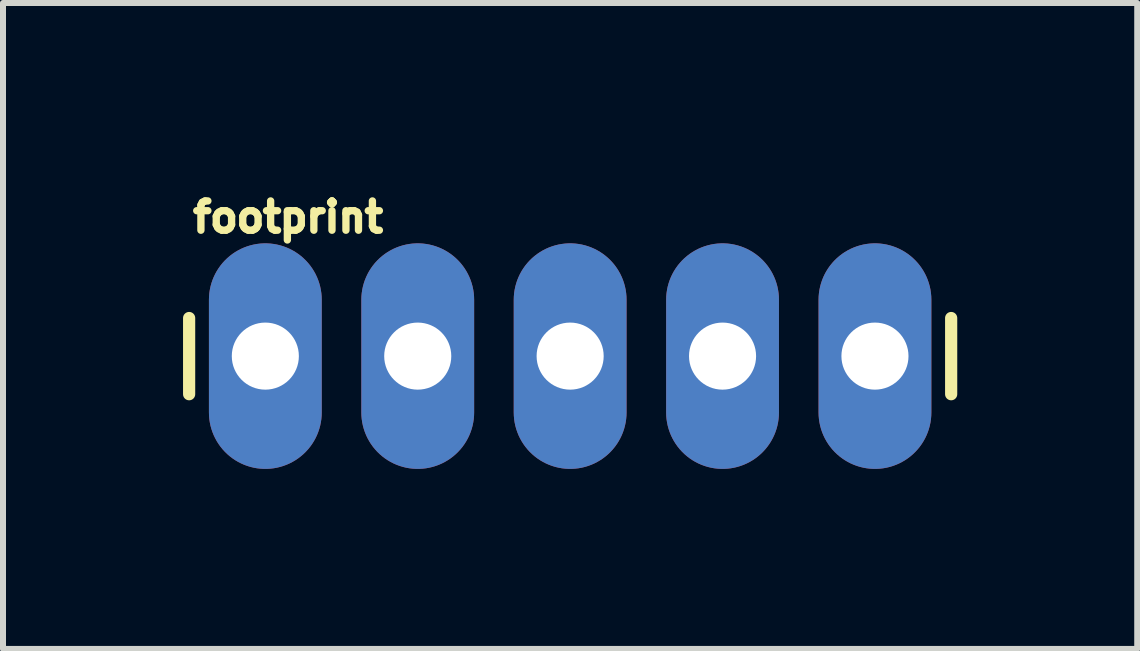
<source format=kicad_pcb>
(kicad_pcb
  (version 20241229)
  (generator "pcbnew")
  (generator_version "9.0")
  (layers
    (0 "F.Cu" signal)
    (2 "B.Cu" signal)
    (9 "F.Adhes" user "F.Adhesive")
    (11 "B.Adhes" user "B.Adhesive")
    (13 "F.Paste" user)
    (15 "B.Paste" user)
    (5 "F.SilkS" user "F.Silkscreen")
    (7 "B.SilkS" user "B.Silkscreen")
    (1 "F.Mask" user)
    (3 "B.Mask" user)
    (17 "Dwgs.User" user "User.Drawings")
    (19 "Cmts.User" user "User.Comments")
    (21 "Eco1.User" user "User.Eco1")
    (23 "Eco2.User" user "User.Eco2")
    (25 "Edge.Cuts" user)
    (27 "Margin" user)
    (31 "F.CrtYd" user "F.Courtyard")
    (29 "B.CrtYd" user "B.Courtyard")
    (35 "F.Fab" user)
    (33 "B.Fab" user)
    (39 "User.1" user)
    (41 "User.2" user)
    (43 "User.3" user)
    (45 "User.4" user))
  (footprint "footprint"
    (layer "F.Cu")
    (at 1.372 2.885)
    (property "Reference" "footprint" (at -1.27 -2.032 0) (layer "F.SilkS") (effects (font (size 0.488 0.488) (thickness 0.122)) (justify left bottom)))
    (fp_line (start -1.27 -0.635) (end -1.27 0.635) (stroke (width 0.203) (type solid)) (layer "F.SilkS"))
    (fp_line (start 11.43 -0.635) (end 11.43 0.635) (stroke (width 0.203) (type solid)) (layer "F.SilkS"))
    (fp_poly (pts (xy -0.254 0.254) (xy 0.254 0.254) (xy 0.254 -0.254) (xy -0.254 -0.254)) (stroke (width 0.1) (type solid)) (fill no) (layer "F.Fab"))
    (fp_poly (pts (xy 2.286 0.254) (xy 2.794 0.254) (xy 2.794 -0.254) (xy 2.286 -0.254)) (stroke (width 0.1) (type solid)) (fill no) (layer "F.Fab"))
    (fp_poly (pts (xy 4.826 0.254) (xy 5.334 0.254) (xy 5.334 -0.254) (xy 4.826 -0.254)) (stroke (width 0.1) (type solid)) (fill no) (layer "F.Fab"))
    (fp_poly (pts (xy 7.366 0.254) (xy 7.874 0.254) (xy 7.874 -0.254) (xy 7.366 -0.254)) (stroke (width 0.1) (type solid)) (fill no) (layer "F.Fab"))
    (fp_poly (pts (xy 9.906 0.254) (xy 10.414 0.254) (xy 10.414 -0.254) (xy 9.906 -0.254)) (stroke (width 0.1) (type solid)) (fill no) (layer "F.Fab"))
    (pad "1" thru_hole oval (at 0 0 90) (size 3.759 1.88) (drill 1.118) (layers "*.Cu" "*.Mask"))
    (pad "2" thru_hole oval (at 2.54 0 90) (size 3.759 1.88) (drill 1.118) (layers "*.Cu" "*.Mask"))
    (pad "3" thru_hole oval (at 5.08 0 90) (size 3.759 1.88) (drill 1.118) (layers "*.Cu" "*.Mask"))
    (pad "4" thru_hole oval (at 7.62 0 90) (size 3.759 1.88) (drill 1.118) (layers "*.Cu" "*.Mask"))
    (pad "5" thru_hole oval (at 10.16 0 90) (size 3.759 1.88) (drill 1.118) (layers "*.Cu" "*.Mask")))
  (gr_rect
    (start -3 -3)
    (end 15.903 7.765)
    (stroke (width 0.1) (type default))
    (fill no)
    (layer "Edge.Cuts")))
</source>
